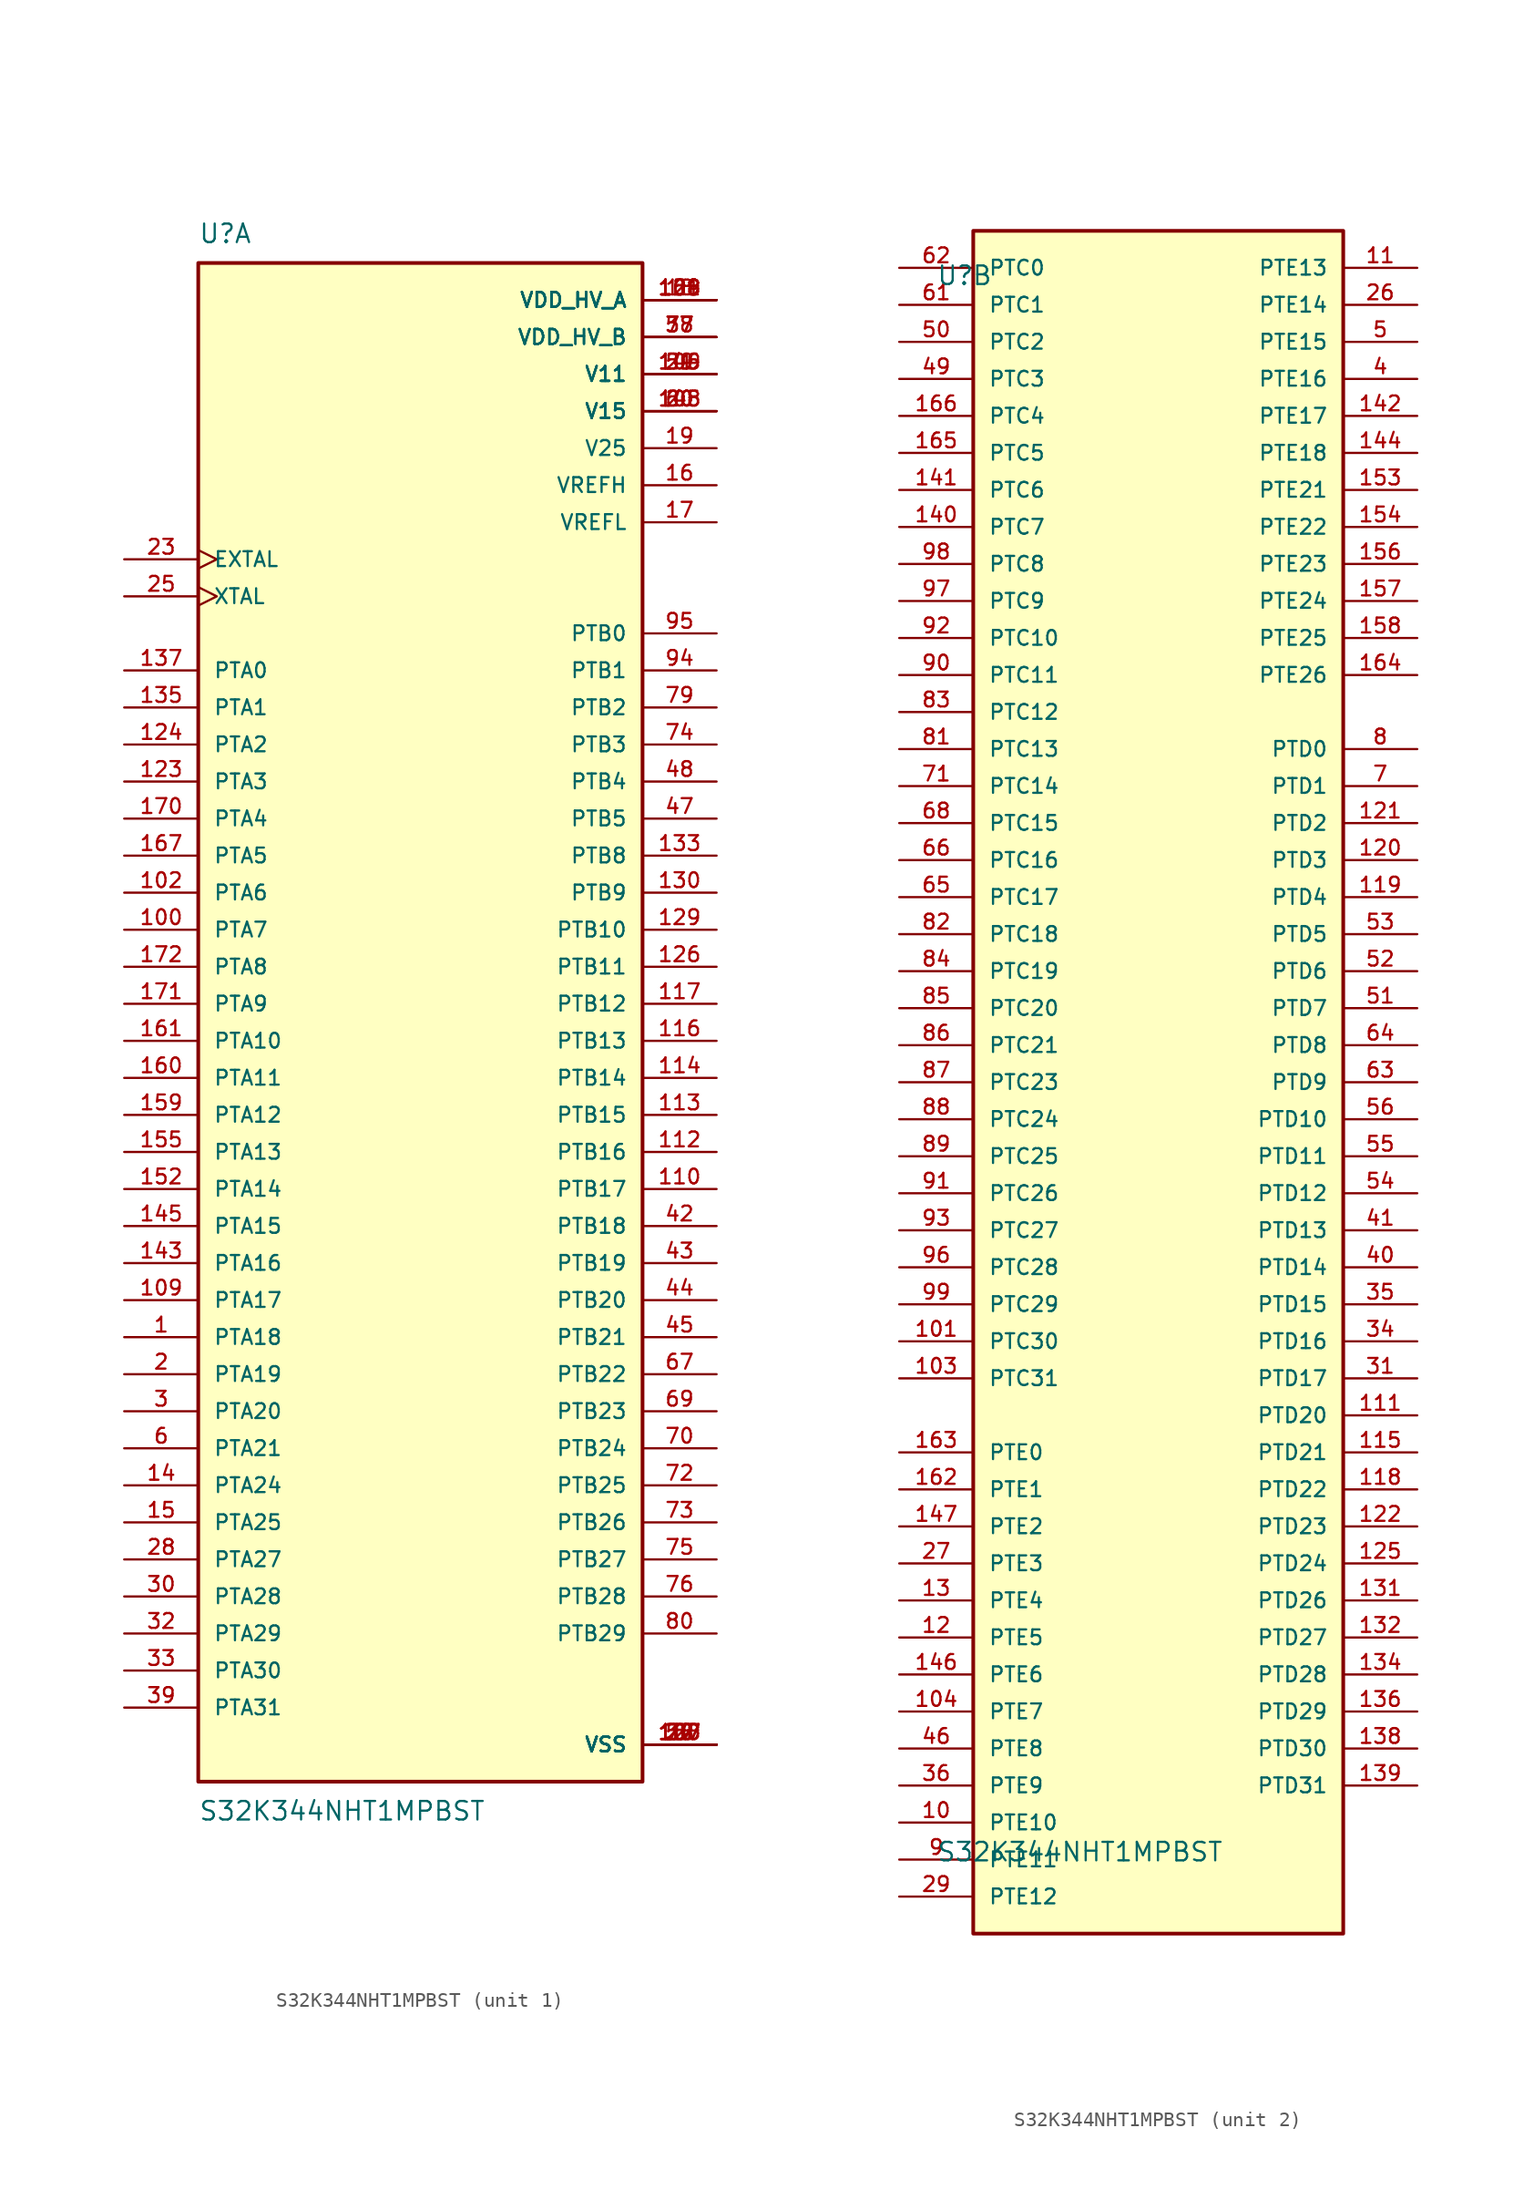
<source format=kicad_sym>
(kicad_symbol_lib
  (version 20211014)
  (generator kicad_symbol_editor)
  (symbol "S32K344NHT1MPBST"
    (pin_names
      (offset 1.016))
    (property "Reference" "U"
      (at -15.24 54.61 0)
      (effects (font (size 1.27 1.27)) (justify bottom left)))
    (property "Value" "S32K344NHT1MPBST"
      (at -15.24 -52.07 0)
      (effects (font (size 1.27 1.27)) (justify top left)))
    (symbol "S32K344NHT1MPBST_1_0"
      (rectangle (start -15.24 -50.8) (end 15.24 53.34) (stroke (width 0.254)) (fill (type background)))
      (pin power_in line (at 20.32 45.72 180.0) (length 5.08) (name "V11" (effects (font (size 1.016 1.016)))) (number "21" (effects (font (size 1.016 1.016)))))
      (pin power_in line (at 20.32 45.72 180.0) (length 5.08) (name "V11" (effects (font (size 1.016 1.016)))) (number "59" (effects (font (size 1.016 1.016)))))
      (pin power_in line (at 20.32 45.72 180.0) (length 5.08) (name "V11" (effects (font (size 1.016 1.016)))) (number "106" (effects (font (size 1.016 1.016)))))
      (pin power_in line (at 20.32 45.72 180.0) (length 5.08) (name "V11" (effects (font (size 1.016 1.016)))) (number "149" (effects (font (size 1.016 1.016)))))
      (pin power_in line (at 20.32 40.64 180.0) (length 5.08) (name "V25" (effects (font (size 1.016 1.016)))) (number "19" (effects (font (size 1.016 1.016)))))
      (pin power_in line (at 20.32 50.8 180.0) (length 5.08) (name "VDD_HV_A" (effects (font (size 1.016 1.016)))) (number "18" (effects (font (size 1.016 1.016)))))
      (pin power_in line (at 20.32 50.8 180.0) (length 5.08) (name "VDD_HV_A" (effects (font (size 1.016 1.016)))) (number "108" (effects (font (size 1.016 1.016)))))
      (pin power_in line (at 20.32 50.8 180.0) (length 5.08) (name "VDD_HV_A" (effects (font (size 1.016 1.016)))) (number "128" (effects (font (size 1.016 1.016)))))
      (pin power_in line (at 20.32 50.8 180.0) (length 5.08) (name "VDD_HV_A" (effects (font (size 1.016 1.016)))) (number "151" (effects (font (size 1.016 1.016)))))
      (pin power_in line (at 20.32 50.8 180.0) (length 5.08) (name "VDD_HV_A" (effects (font (size 1.016 1.016)))) (number "169" (effects (font (size 1.016 1.016)))))
      (pin power_in line (at 20.32 38.1 180.0) (length 5.08) (name "VREFH" (effects (font (size 1.016 1.016)))) (number "16" (effects (font (size 1.016 1.016)))))
      (pin power_in line (at 20.32 35.56 180.0) (length 5.08) (name "VREFL" (effects (font (size 1.016 1.016)))) (number "17" (effects (font (size 1.016 1.016)))))
      (pin input clock (at -20.32 33.02 0) (length 5.08) (name "EXTAL" (effects (font (size 1.016 1.016)))) (number "23" (effects (font (size 1.016 1.016)))))
      (pin input line (at -20.32 -30.48 0) (length 5.08) (name "PTA24" (effects (font (size 1.016 1.016)))) (number "14" (effects (font (size 1.016 1.016)))))
      (pin input line (at -20.32 -33.02 0) (length 5.08) (name "PTA25" (effects (font (size 1.016 1.016)))) (number "15" (effects (font (size 1.016 1.016)))))
      (pin bidirectional line (at -20.32 25.4 0) (length 5.08) (name "PTA0" (effects (font (size 1.016 1.016)))) (number "137" (effects (font (size 1.016 1.016)))))
      (pin bidirectional line (at -20.32 22.86 0) (length 5.08) (name "PTA1" (effects (font (size 1.016 1.016)))) (number "135" (effects (font (size 1.016 1.016)))))
      (pin bidirectional line (at -20.32 0.0 0) (length 5.08) (name "PTA10" (effects (font (size 1.016 1.016)))) (number "161" (effects (font (size 1.016 1.016)))))
      (pin bidirectional line (at -20.32 -2.54 0) (length 5.08) (name "PTA11" (effects (font (size 1.016 1.016)))) (number "160" (effects (font (size 1.016 1.016)))))
      (pin bidirectional line (at -20.32 -5.08 0) (length 5.08) (name "PTA12" (effects (font (size 1.016 1.016)))) (number "159" (effects (font (size 1.016 1.016)))))
      (pin bidirectional line (at -20.32 -7.62 0) (length 5.08) (name "PTA13" (effects (font (size 1.016 1.016)))) (number "155" (effects (font (size 1.016 1.016)))))
      (pin bidirectional line (at -20.32 -10.16 0) (length 5.08) (name "PTA14" (effects (font (size 1.016 1.016)))) (number "152" (effects (font (size 1.016 1.016)))))
      (pin bidirectional line (at -20.32 -12.7 0) (length 5.08) (name "PTA15" (effects (font (size 1.016 1.016)))) (number "145" (effects (font (size 1.016 1.016)))))
      (pin bidirectional line (at -20.32 -15.24 0) (length 5.08) (name "PTA16" (effects (font (size 1.016 1.016)))) (number "143" (effects (font (size 1.016 1.016)))))
      (pin bidirectional line (at -20.32 -17.78 0) (length 5.08) (name "PTA17" (effects (font (size 1.016 1.016)))) (number "109" (effects (font (size 1.016 1.016)))))
      (pin bidirectional line (at -20.32 -20.32 0) (length 5.08) (name "PTA18" (effects (font (size 1.016 1.016)))) (number "1" (effects (font (size 1.016 1.016)))))
      (pin bidirectional line (at -20.32 -22.86 0) (length 5.08) (name "PTA19" (effects (font (size 1.016 1.016)))) (number "2" (effects (font (size 1.016 1.016)))))
      (pin bidirectional line (at -20.32 20.32 0) (length 5.08) (name "PTA2" (effects (font (size 1.016 1.016)))) (number "124" (effects (font (size 1.016 1.016)))))
      (pin bidirectional line (at -20.32 -25.4 0) (length 5.08) (name "PTA20" (effects (font (size 1.016 1.016)))) (number "3" (effects (font (size 1.016 1.016)))))
      (pin bidirectional line (at -20.32 -27.94 0) (length 5.08) (name "PTA21" (effects (font (size 1.016 1.016)))) (number "6" (effects (font (size 1.016 1.016)))))
      (pin bidirectional line (at -20.32 -35.56 0) (length 5.08) (name "PTA27" (effects (font (size 1.016 1.016)))) (number "28" (effects (font (size 1.016 1.016)))))
      (pin bidirectional line (at -20.32 -38.1 0) (length 5.08) (name "PTA28" (effects (font (size 1.016 1.016)))) (number "30" (effects (font (size 1.016 1.016)))))
      (pin bidirectional line (at -20.32 -40.64 0) (length 5.08) (name "PTA29" (effects (font (size 1.016 1.016)))) (number "32" (effects (font (size 1.016 1.016)))))
      (pin bidirectional line (at -20.32 17.78 0) (length 5.08) (name "PTA3" (effects (font (size 1.016 1.016)))) (number "123" (effects (font (size 1.016 1.016)))))
      (pin bidirectional line (at -20.32 -43.18 0) (length 5.08) (name "PTA30" (effects (font (size 1.016 1.016)))) (number "33" (effects (font (size 1.016 1.016)))))
      (pin bidirectional line (at -20.32 -45.72 0) (length 5.08) (name "PTA31" (effects (font (size 1.016 1.016)))) (number "39" (effects (font (size 1.016 1.016)))))
      (pin bidirectional line (at -20.32 15.24 0) (length 5.08) (name "PTA4" (effects (font (size 1.016 1.016)))) (number "170" (effects (font (size 1.016 1.016)))))
      (pin bidirectional line (at -20.32 12.7 0) (length 5.08) (name "PTA5" (effects (font (size 1.016 1.016)))) (number "167" (effects (font (size 1.016 1.016)))))
      (pin bidirectional line (at -20.32 10.16 0) (length 5.08) (name "PTA6" (effects (font (size 1.016 1.016)))) (number "102" (effects (font (size 1.016 1.016)))))
      (pin bidirectional line (at -20.32 7.62 0) (length 5.08) (name "PTA7" (effects (font (size 1.016 1.016)))) (number "100" (effects (font (size 1.016 1.016)))))
      (pin bidirectional line (at -20.32 5.08 0) (length 5.08) (name "PTA8" (effects (font (size 1.016 1.016)))) (number "172" (effects (font (size 1.016 1.016)))))
      (pin bidirectional line (at -20.32 2.54 0) (length 5.08) (name "PTA9" (effects (font (size 1.016 1.016)))) (number "171" (effects (font (size 1.016 1.016)))))
      (pin bidirectional line (at 20.32 27.94 180.0) (length 5.08) (name "PTB0" (effects (font (size 1.016 1.016)))) (number "95" (effects (font (size 1.016 1.016)))))
      (pin output clock (at -20.32 30.48 0) (length 5.08) (name "XTAL" (effects (font (size 1.016 1.016)))) (number "25" (effects (font (size 1.016 1.016)))))
      (pin bidirectional line (at 20.32 25.4 180.0) (length 5.08) (name "PTB1" (effects (font (size 1.016 1.016)))) (number "94" (effects (font (size 1.016 1.016)))))
      (pin bidirectional line (at 20.32 7.62 180.0) (length 5.08) (name "PTB10" (effects (font (size 1.016 1.016)))) (number "129" (effects (font (size 1.016 1.016)))))
      (pin bidirectional line (at 20.32 5.08 180.0) (length 5.08) (name "PTB11" (effects (font (size 1.016 1.016)))) (number "126" (effects (font (size 1.016 1.016)))))
      (pin bidirectional line (at 20.32 2.54 180.0) (length 5.08) (name "PTB12" (effects (font (size 1.016 1.016)))) (number "117" (effects (font (size 1.016 1.016)))))
      (pin bidirectional line (at 20.32 0.0 180.0) (length 5.08) (name "PTB13" (effects (font (size 1.016 1.016)))) (number "116" (effects (font (size 1.016 1.016)))))
      (pin bidirectional line (at 20.32 -2.54 180.0) (length 5.08) (name "PTB14" (effects (font (size 1.016 1.016)))) (number "114" (effects (font (size 1.016 1.016)))))
      (pin bidirectional line (at 20.32 -5.08 180.0) (length 5.08) (name "PTB15" (effects (font (size 1.016 1.016)))) (number "113" (effects (font (size 1.016 1.016)))))
      (pin bidirectional line (at 20.32 -7.62 180.0) (length 5.08) (name "PTB16" (effects (font (size 1.016 1.016)))) (number "112" (effects (font (size 1.016 1.016)))))
      (pin bidirectional line (at 20.32 -10.16 180.0) (length 5.08) (name "PTB17" (effects (font (size 1.016 1.016)))) (number "110" (effects (font (size 1.016 1.016)))))
      (pin bidirectional line (at 20.32 -12.7 180.0) (length 5.08) (name "PTB18" (effects (font (size 1.016 1.016)))) (number "42" (effects (font (size 1.016 1.016)))))
      (pin bidirectional line (at 20.32 -15.24 180.0) (length 5.08) (name "PTB19" (effects (font (size 1.016 1.016)))) (number "43" (effects (font (size 1.016 1.016)))))
      (pin bidirectional line (at 20.32 22.86 180.0) (length 5.08) (name "PTB2" (effects (font (size 1.016 1.016)))) (number "79" (effects (font (size 1.016 1.016)))))
      (pin bidirectional line (at 20.32 -17.78 180.0) (length 5.08) (name "PTB20" (effects (font (size 1.016 1.016)))) (number "44" (effects (font (size 1.016 1.016)))))
      (pin bidirectional line (at 20.32 -20.32 180.0) (length 5.08) (name "PTB21" (effects (font (size 1.016 1.016)))) (number "45" (effects (font (size 1.016 1.016)))))
      (pin bidirectional line (at 20.32 -22.86 180.0) (length 5.08) (name "PTB22" (effects (font (size 1.016 1.016)))) (number "67" (effects (font (size 1.016 1.016)))))
      (pin bidirectional line (at 20.32 -25.4 180.0) (length 5.08) (name "PTB23" (effects (font (size 1.016 1.016)))) (number "69" (effects (font (size 1.016 1.016)))))
      (pin bidirectional line (at 20.32 -27.94 180.0) (length 5.08) (name "PTB24" (effects (font (size 1.016 1.016)))) (number "70" (effects (font (size 1.016 1.016)))))
      (pin bidirectional line (at 20.32 -30.48 180.0) (length 5.08) (name "PTB25" (effects (font (size 1.016 1.016)))) (number "72" (effects (font (size 1.016 1.016)))))
      (pin bidirectional line (at 20.32 -33.02 180.0) (length 5.08) (name "PTB26" (effects (font (size 1.016 1.016)))) (number "73" (effects (font (size 1.016 1.016)))))
      (pin bidirectional line (at 20.32 -35.56 180.0) (length 5.08) (name "PTB27" (effects (font (size 1.016 1.016)))) (number "75" (effects (font (size 1.016 1.016)))))
      (pin bidirectional line (at 20.32 -38.1 180.0) (length 5.08) (name "PTB28" (effects (font (size 1.016 1.016)))) (number "76" (effects (font (size 1.016 1.016)))))
      (pin bidirectional line (at 20.32 -40.64 180.0) (length 5.08) (name "PTB29" (effects (font (size 1.016 1.016)))) (number "80" (effects (font (size 1.016 1.016)))))
      (pin bidirectional line (at 20.32 20.32 180.0) (length 5.08) (name "PTB3" (effects (font (size 1.016 1.016)))) (number "74" (effects (font (size 1.016 1.016)))))
      (pin bidirectional line (at 20.32 17.78 180.0) (length 5.08) (name "PTB4" (effects (font (size 1.016 1.016)))) (number "48" (effects (font (size 1.016 1.016)))))
      (pin bidirectional line (at 20.32 15.24 180.0) (length 5.08) (name "PTB5" (effects (font (size 1.016 1.016)))) (number "47" (effects (font (size 1.016 1.016)))))
      (pin bidirectional line (at 20.32 12.7 180.0) (length 5.08) (name "PTB8" (effects (font (size 1.016 1.016)))) (number "133" (effects (font (size 1.016 1.016)))))
      (pin bidirectional line (at 20.32 10.16 180.0) (length 5.08) (name "PTB9" (effects (font (size 1.016 1.016)))) (number "130" (effects (font (size 1.016 1.016)))))
      (pin power_in line (at 20.32 -48.26 180.0) (length 5.08) (name "VSS" (effects (font (size 1.016 1.016)))) (number "22" (effects (font (size 1.016 1.016)))))
      (pin power_in line (at 20.32 -48.26 180.0) (length 5.08) (name "VSS" (effects (font (size 1.016 1.016)))) (number "24" (effects (font (size 1.016 1.016)))))
      (pin power_in line (at 20.32 -48.26 180.0) (length 5.08) (name "VSS" (effects (font (size 1.016 1.016)))) (number "37" (effects (font (size 1.016 1.016)))))
      (pin power_in line (at 20.32 -48.26 180.0) (length 5.08) (name "VSS" (effects (font (size 1.016 1.016)))) (number "58" (effects (font (size 1.016 1.016)))))
      (pin power_in line (at 20.32 -48.26 180.0) (length 5.08) (name "VSS" (effects (font (size 1.016 1.016)))) (number "78" (effects (font (size 1.016 1.016)))))
      (pin power_in line (at 20.32 -48.26 180.0) (length 5.08) (name "VSS" (effects (font (size 1.016 1.016)))) (number "107" (effects (font (size 1.016 1.016)))))
      (pin power_in line (at 20.32 -48.26 180.0) (length 5.08) (name "VSS" (effects (font (size 1.016 1.016)))) (number "127" (effects (font (size 1.016 1.016)))))
      (pin power_in line (at 20.32 -48.26 180.0) (length 5.08) (name "VSS" (effects (font (size 1.016 1.016)))) (number "150" (effects (font (size 1.016 1.016)))))
      (pin power_in line (at 20.32 -48.26 180.0) (length 5.08) (name "VSS" (effects (font (size 1.016 1.016)))) (number "168" (effects (font (size 1.016 1.016)))))
      (pin power_in line (at 20.32 43.18 180.0) (length 5.08) (name "V15" (effects (font (size 1.016 1.016)))) (number "20" (effects (font (size 1.016 1.016)))))
      (pin power_in line (at 20.32 43.18 180.0) (length 5.08) (name "V15" (effects (font (size 1.016 1.016)))) (number "60" (effects (font (size 1.016 1.016)))))
      (pin power_in line (at 20.32 43.18 180.0) (length 5.08) (name "V15" (effects (font (size 1.016 1.016)))) (number "105" (effects (font (size 1.016 1.016)))))
      (pin power_in line (at 20.32 43.18 180.0) (length 5.08) (name "V15" (effects (font (size 1.016 1.016)))) (number "148" (effects (font (size 1.016 1.016)))))
      (pin power_in line (at 20.32 48.26 180.0) (length 5.08) (name "VDD_HV_B" (effects (font (size 1.016 1.016)))) (number "38" (effects (font (size 1.016 1.016)))))
      (pin power_in line (at 20.32 48.26 180.0) (length 5.08) (name "VDD_HV_B" (effects (font (size 1.016 1.016)))) (number "57" (effects (font (size 1.016 1.016)))))
      (pin power_in line (at 20.32 48.26 180.0) (length 5.08) (name "VDD_HV_B" (effects (font (size 1.016 1.016)))) (number "77" (effects (font (size 1.016 1.016))))))
    (symbol "S32K344NHT1MPBST_2_0"
      (rectangle (start -12.7 -58.42) (end 12.7 58.42) (stroke (width 0.254)) (fill (type background)))
      (pin bidirectional line (at -17.78 55.88 0) (length 5.08) (name "PTC0" (effects (font (size 1.016 1.016)))) (number "62" (effects (font (size 1.016 1.016)))))
      (pin bidirectional line (at -17.78 53.34 0) (length 5.08) (name "PTC1" (effects (font (size 1.016 1.016)))) (number "61" (effects (font (size 1.016 1.016)))))
      (pin bidirectional line (at -17.78 30.48 0) (length 5.08) (name "PTC10" (effects (font (size 1.016 1.016)))) (number "92" (effects (font (size 1.016 1.016)))))
      (pin bidirectional line (at -17.78 27.94 0) (length 5.08) (name "PTC11" (effects (font (size 1.016 1.016)))) (number "90" (effects (font (size 1.016 1.016)))))
      (pin bidirectional line (at -17.78 25.4 0) (length 5.08) (name "PTC12" (effects (font (size 1.016 1.016)))) (number "83" (effects (font (size 1.016 1.016)))))
      (pin bidirectional line (at -17.78 22.86 0) (length 5.08) (name "PTC13" (effects (font (size 1.016 1.016)))) (number "81" (effects (font (size 1.016 1.016)))))
      (pin bidirectional line (at -17.78 20.32 0) (length 5.08) (name "PTC14" (effects (font (size 1.016 1.016)))) (number "71" (effects (font (size 1.016 1.016)))))
      (pin bidirectional line (at -17.78 17.78 0) (length 5.08) (name "PTC15" (effects (font (size 1.016 1.016)))) (number "68" (effects (font (size 1.016 1.016)))))
      (pin bidirectional line (at -17.78 15.24 0) (length 5.08) (name "PTC16" (effects (font (size 1.016 1.016)))) (number "66" (effects (font (size 1.016 1.016)))))
      (pin bidirectional line (at -17.78 12.7 0) (length 5.08) (name "PTC17" (effects (font (size 1.016 1.016)))) (number "65" (effects (font (size 1.016 1.016)))))
      (pin bidirectional line (at -17.78 10.16 0) (length 5.08) (name "PTC18" (effects (font (size 1.016 1.016)))) (number "82" (effects (font (size 1.016 1.016)))))
      (pin bidirectional line (at -17.78 7.62 0) (length 5.08) (name "PTC19" (effects (font (size 1.016 1.016)))) (number "84" (effects (font (size 1.016 1.016)))))
      (pin bidirectional line (at -17.78 50.8 0) (length 5.08) (name "PTC2" (effects (font (size 1.016 1.016)))) (number "50" (effects (font (size 1.016 1.016)))))
      (pin bidirectional line (at -17.78 5.08 0) (length 5.08) (name "PTC20" (effects (font (size 1.016 1.016)))) (number "85" (effects (font (size 1.016 1.016)))))
      (pin bidirectional line (at -17.78 2.54 0) (length 5.08) (name "PTC21" (effects (font (size 1.016 1.016)))) (number "86" (effects (font (size 1.016 1.016)))))
      (pin bidirectional line (at -17.78 0.0 0) (length 5.08) (name "PTC23" (effects (font (size 1.016 1.016)))) (number "87" (effects (font (size 1.016 1.016)))))
      (pin bidirectional line (at -17.78 -2.54 0) (length 5.08) (name "PTC24" (effects (font (size 1.016 1.016)))) (number "88" (effects (font (size 1.016 1.016)))))
      (pin bidirectional line (at -17.78 -5.08 0) (length 5.08) (name "PTC25" (effects (font (size 1.016 1.016)))) (number "89" (effects (font (size 1.016 1.016)))))
      (pin bidirectional line (at -17.78 -7.62 0) (length 5.08) (name "PTC26" (effects (font (size 1.016 1.016)))) (number "91" (effects (font (size 1.016 1.016)))))
      (pin bidirectional line (at -17.78 -10.16 0) (length 5.08) (name "PTC27" (effects (font (size 1.016 1.016)))) (number "93" (effects (font (size 1.016 1.016)))))
      (pin bidirectional line (at -17.78 -12.7 0) (length 5.08) (name "PTC28" (effects (font (size 1.016 1.016)))) (number "96" (effects (font (size 1.016 1.016)))))
      (pin bidirectional line (at -17.78 -15.24 0) (length 5.08) (name "PTC29" (effects (font (size 1.016 1.016)))) (number "99" (effects (font (size 1.016 1.016)))))
      (pin bidirectional line (at -17.78 48.26 0) (length 5.08) (name "PTC3" (effects (font (size 1.016 1.016)))) (number "49" (effects (font (size 1.016 1.016)))))
      (pin bidirectional line (at -17.78 -17.78 0) (length 5.08) (name "PTC30" (effects (font (size 1.016 1.016)))) (number "101" (effects (font (size 1.016 1.016)))))
      (pin bidirectional line (at -17.78 -20.32 0) (length 5.08) (name "PTC31" (effects (font (size 1.016 1.016)))) (number "103" (effects (font (size 1.016 1.016)))))
      (pin bidirectional line (at -17.78 45.72 0) (length 5.08) (name "PTC4" (effects (font (size 1.016 1.016)))) (number "166" (effects (font (size 1.016 1.016)))))
      (pin bidirectional line (at -17.78 43.18 0) (length 5.08) (name "PTC5" (effects (font (size 1.016 1.016)))) (number "165" (effects (font (size 1.016 1.016)))))
      (pin bidirectional line (at -17.78 40.64 0) (length 5.08) (name "PTC6" (effects (font (size 1.016 1.016)))) (number "141" (effects (font (size 1.016 1.016)))))
      (pin bidirectional line (at -17.78 38.1 0) (length 5.08) (name "PTC7" (effects (font (size 1.016 1.016)))) (number "140" (effects (font (size 1.016 1.016)))))
      (pin bidirectional line (at -17.78 35.56 0) (length 5.08) (name "PTC8" (effects (font (size 1.016 1.016)))) (number "98" (effects (font (size 1.016 1.016)))))
      (pin bidirectional line (at -17.78 33.02 0) (length 5.08) (name "PTC9" (effects (font (size 1.016 1.016)))) (number "97" (effects (font (size 1.016 1.016)))))
      (pin bidirectional line (at 17.78 22.86 180.0) (length 5.08) (name "PTD0" (effects (font (size 1.016 1.016)))) (number "8" (effects (font (size 1.016 1.016)))))
      (pin bidirectional line (at 17.78 20.32 180.0) (length 5.08) (name "PTD1" (effects (font (size 1.016 1.016)))) (number "7" (effects (font (size 1.016 1.016)))))
      (pin bidirectional line (at 17.78 -2.54 180.0) (length 5.08) (name "PTD10" (effects (font (size 1.016 1.016)))) (number "56" (effects (font (size 1.016 1.016)))))
      (pin bidirectional line (at 17.78 -5.08 180.0) (length 5.08) (name "PTD11" (effects (font (size 1.016 1.016)))) (number "55" (effects (font (size 1.016 1.016)))))
      (pin bidirectional line (at 17.78 -7.62 180.0) (length 5.08) (name "PTD12" (effects (font (size 1.016 1.016)))) (number "54" (effects (font (size 1.016 1.016)))))
      (pin bidirectional line (at 17.78 -10.16 180.0) (length 5.08) (name "PTD13" (effects (font (size 1.016 1.016)))) (number "41" (effects (font (size 1.016 1.016)))))
      (pin bidirectional line (at 17.78 -12.7 180.0) (length 5.08) (name "PTD14" (effects (font (size 1.016 1.016)))) (number "40" (effects (font (size 1.016 1.016)))))
      (pin bidirectional line (at 17.78 -15.24 180.0) (length 5.08) (name "PTD15" (effects (font (size 1.016 1.016)))) (number "35" (effects (font (size 1.016 1.016)))))
      (pin bidirectional line (at 17.78 -17.78 180.0) (length 5.08) (name "PTD16" (effects (font (size 1.016 1.016)))) (number "34" (effects (font (size 1.016 1.016)))))
      (pin bidirectional line (at 17.78 -20.32 180.0) (length 5.08) (name "PTD17" (effects (font (size 1.016 1.016)))) (number "31" (effects (font (size 1.016 1.016)))))
      (pin bidirectional line (at 17.78 17.78 180.0) (length 5.08) (name "PTD2" (effects (font (size 1.016 1.016)))) (number "121" (effects (font (size 1.016 1.016)))))
      (pin bidirectional line (at 17.78 -22.86 180.0) (length 5.08) (name "PTD20" (effects (font (size 1.016 1.016)))) (number "111" (effects (font (size 1.016 1.016)))))
      (pin bidirectional line (at 17.78 -25.4 180.0) (length 5.08) (name "PTD21" (effects (font (size 1.016 1.016)))) (number "115" (effects (font (size 1.016 1.016)))))
      (pin bidirectional line (at 17.78 -27.94 180.0) (length 5.08) (name "PTD22" (effects (font (size 1.016 1.016)))) (number "118" (effects (font (size 1.016 1.016)))))
      (pin bidirectional line (at 17.78 -30.48 180.0) (length 5.08) (name "PTD23" (effects (font (size 1.016 1.016)))) (number "122" (effects (font (size 1.016 1.016)))))
      (pin bidirectional line (at 17.78 -33.02 180.0) (length 5.08) (name "PTD24" (effects (font (size 1.016 1.016)))) (number "125" (effects (font (size 1.016 1.016)))))
      (pin bidirectional line (at 17.78 -35.56 180.0) (length 5.08) (name "PTD26" (effects (font (size 1.016 1.016)))) (number "131" (effects (font (size 1.016 1.016)))))
      (pin bidirectional line (at 17.78 -38.1 180.0) (length 5.08) (name "PTD27" (effects (font (size 1.016 1.016)))) (number "132" (effects (font (size 1.016 1.016)))))
      (pin bidirectional line (at 17.78 -40.64 180.0) (length 5.08) (name "PTD28" (effects (font (size 1.016 1.016)))) (number "134" (effects (font (size 1.016 1.016)))))
      (pin bidirectional line (at 17.78 -43.18 180.0) (length 5.08) (name "PTD29" (effects (font (size 1.016 1.016)))) (number "136" (effects (font (size 1.016 1.016)))))
      (pin bidirectional line (at 17.78 15.24 180.0) (length 5.08) (name "PTD3" (effects (font (size 1.016 1.016)))) (number "120" (effects (font (size 1.016 1.016)))))
      (pin bidirectional line (at 17.78 -45.72 180.0) (length 5.08) (name "PTD30" (effects (font (size 1.016 1.016)))) (number "138" (effects (font (size 1.016 1.016)))))
      (pin bidirectional line (at 17.78 -48.26 180.0) (length 5.08) (name "PTD31" (effects (font (size 1.016 1.016)))) (number "139" (effects (font (size 1.016 1.016)))))
      (pin bidirectional line (at 17.78 12.7 180.0) (length 5.08) (name "PTD4" (effects (font (size 1.016 1.016)))) (number "119" (effects (font (size 1.016 1.016)))))
      (pin bidirectional line (at 17.78 10.16 180.0) (length 5.08) (name "PTD5" (effects (font (size 1.016 1.016)))) (number "53" (effects (font (size 1.016 1.016)))))
      (pin bidirectional line (at 17.78 7.62 180.0) (length 5.08) (name "PTD6" (effects (font (size 1.016 1.016)))) (number "52" (effects (font (size 1.016 1.016)))))
      (pin bidirectional line (at 17.78 5.08 180.0) (length 5.08) (name "PTD7" (effects (font (size 1.016 1.016)))) (number "51" (effects (font (size 1.016 1.016)))))
      (pin bidirectional line (at 17.78 2.54 180.0) (length 5.08) (name "PTD8" (effects (font (size 1.016 1.016)))) (number "64" (effects (font (size 1.016 1.016)))))
      (pin bidirectional line (at 17.78 0.0 180.0) (length 5.08) (name "PTD9" (effects (font (size 1.016 1.016)))) (number "63" (effects (font (size 1.016 1.016)))))
      (pin bidirectional line (at -17.78 -25.4 0) (length 5.08) (name "PTE0" (effects (font (size 1.016 1.016)))) (number "163" (effects (font (size 1.016 1.016)))))
      (pin bidirectional line (at -17.78 -27.94 0) (length 5.08) (name "PTE1" (effects (font (size 1.016 1.016)))) (number "162" (effects (font (size 1.016 1.016)))))
      (pin bidirectional line (at -17.78 -50.8 0) (length 5.08) (name "PTE10" (effects (font (size 1.016 1.016)))) (number "10" (effects (font (size 1.016 1.016)))))
      (pin bidirectional line (at -17.78 -53.34 0) (length 5.08) (name "PTE11" (effects (font (size 1.016 1.016)))) (number "9" (effects (font (size 1.016 1.016)))))
      (pin bidirectional line (at -17.78 -55.88 0) (length 5.08) (name "PTE12" (effects (font (size 1.016 1.016)))) (number "29" (effects (font (size 1.016 1.016)))))
      (pin bidirectional line (at 17.78 55.88 180.0) (length 5.08) (name "PTE13" (effects (font (size 1.016 1.016)))) (number "11" (effects (font (size 1.016 1.016)))))
      (pin bidirectional line (at 17.78 53.34 180.0) (length 5.08) (name "PTE14" (effects (font (size 1.016 1.016)))) (number "26" (effects (font (size 1.016 1.016)))))
      (pin bidirectional line (at 17.78 50.8 180.0) (length 5.08) (name "PTE15" (effects (font (size 1.016 1.016)))) (number "5" (effects (font (size 1.016 1.016)))))
      (pin bidirectional line (at 17.78 48.26 180.0) (length 5.08) (name "PTE16" (effects (font (size 1.016 1.016)))) (number "4" (effects (font (size 1.016 1.016)))))
      (pin bidirectional line (at 17.78 45.72 180.0) (length 5.08) (name "PTE17" (effects (font (size 1.016 1.016)))) (number "142" (effects (font (size 1.016 1.016)))))
      (pin bidirectional line (at 17.78 43.18 180.0) (length 5.08) (name "PTE18" (effects (font (size 1.016 1.016)))) (number "144" (effects (font (size 1.016 1.016)))))
      (pin bidirectional line (at -17.78 -30.48 0) (length 5.08) (name "PTE2" (effects (font (size 1.016 1.016)))) (number "147" (effects (font (size 1.016 1.016)))))
      (pin bidirectional line (at 17.78 40.64 180.0) (length 5.08) (name "PTE21" (effects (font (size 1.016 1.016)))) (number "153" (effects (font (size 1.016 1.016)))))
      (pin bidirectional line (at 17.78 38.1 180.0) (length 5.08) (name "PTE22" (effects (font (size 1.016 1.016)))) (number "154" (effects (font (size 1.016 1.016)))))
      (pin bidirectional line (at 17.78 35.56 180.0) (length 5.08) (name "PTE23" (effects (font (size 1.016 1.016)))) (number "156" (effects (font (size 1.016 1.016)))))
      (pin bidirectional line (at 17.78 33.02 180.0) (length 5.08) (name "PTE24" (effects (font (size 1.016 1.016)))) (number "157" (effects (font (size 1.016 1.016)))))
      (pin bidirectional line (at 17.78 30.48 180.0) (length 5.08) (name "PTE25" (effects (font (size 1.016 1.016)))) (number "158" (effects (font (size 1.016 1.016)))))
      (pin bidirectional line (at 17.78 27.94 180.0) (length 5.08) (name "PTE26" (effects (font (size 1.016 1.016)))) (number "164" (effects (font (size 1.016 1.016)))))
      (pin bidirectional line (at -17.78 -33.02 0) (length 5.08) (name "PTE3" (effects (font (size 1.016 1.016)))) (number "27" (effects (font (size 1.016 1.016)))))
      (pin bidirectional line (at -17.78 -35.56 0) (length 5.08) (name "PTE4" (effects (font (size 1.016 1.016)))) (number "13" (effects (font (size 1.016 1.016)))))
      (pin bidirectional line (at -17.78 -38.1 0) (length 5.08) (name "PTE5" (effects (font (size 1.016 1.016)))) (number "12" (effects (font (size 1.016 1.016)))))
      (pin bidirectional line (at -17.78 -40.64 0) (length 5.08) (name "PTE6" (effects (font (size 1.016 1.016)))) (number "146" (effects (font (size 1.016 1.016)))))
      (pin bidirectional line (at -17.78 -43.18 0) (length 5.08) (name "PTE7" (effects (font (size 1.016 1.016)))) (number "104" (effects (font (size 1.016 1.016)))))
      (pin bidirectional line (at -17.78 -45.72 0) (length 5.08) (name "PTE8" (effects (font (size 1.016 1.016)))) (number "46" (effects (font (size 1.016 1.016)))))
      (pin bidirectional line (at -17.78 -48.26 0) (length 5.08) (name "PTE9" (effects (font (size 1.016 1.016)))) (number "36" (effects (font (size 1.016 1.016))))))))
</source>
